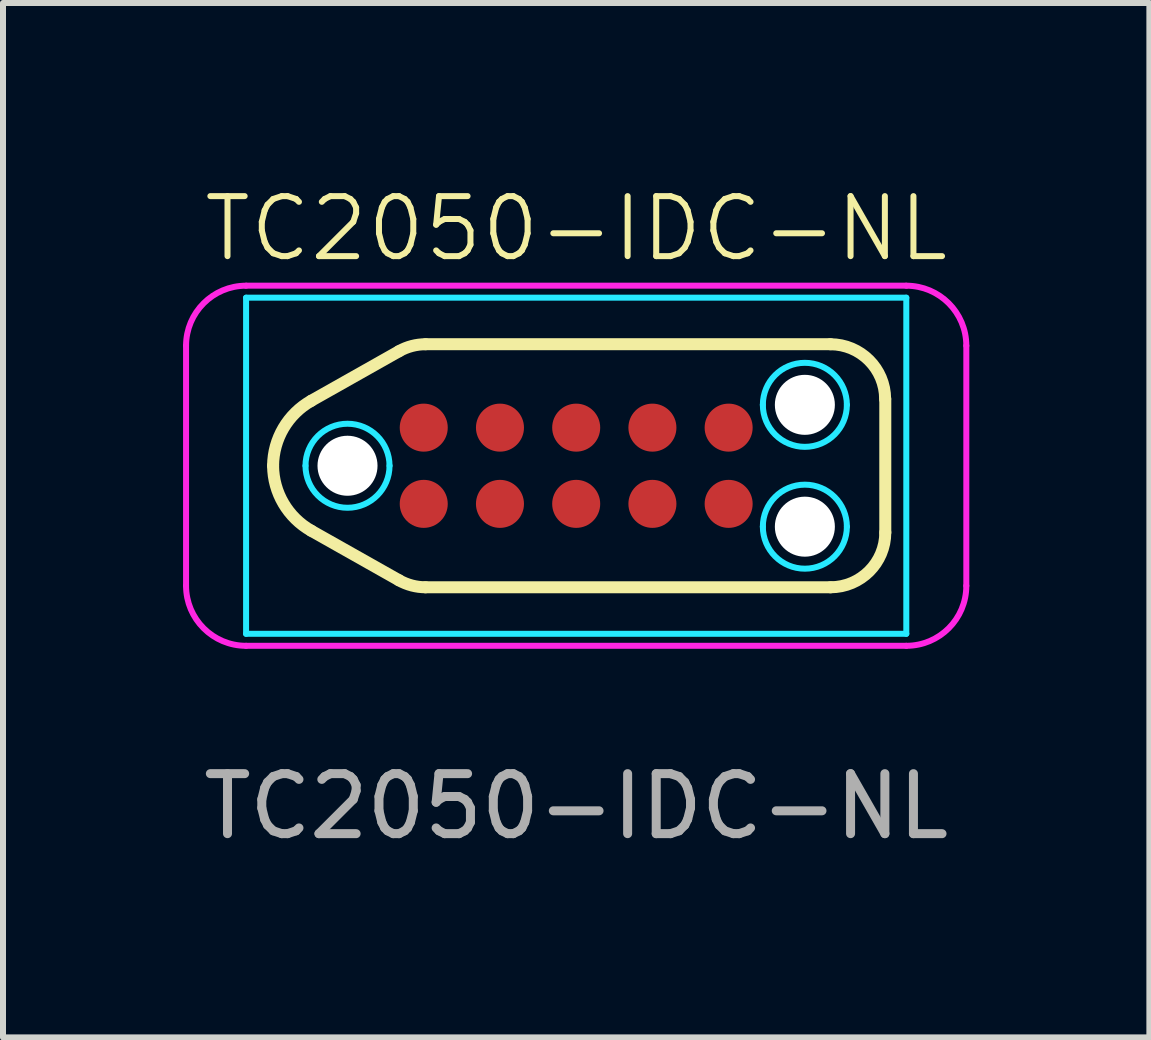
<source format=kicad_pcb>
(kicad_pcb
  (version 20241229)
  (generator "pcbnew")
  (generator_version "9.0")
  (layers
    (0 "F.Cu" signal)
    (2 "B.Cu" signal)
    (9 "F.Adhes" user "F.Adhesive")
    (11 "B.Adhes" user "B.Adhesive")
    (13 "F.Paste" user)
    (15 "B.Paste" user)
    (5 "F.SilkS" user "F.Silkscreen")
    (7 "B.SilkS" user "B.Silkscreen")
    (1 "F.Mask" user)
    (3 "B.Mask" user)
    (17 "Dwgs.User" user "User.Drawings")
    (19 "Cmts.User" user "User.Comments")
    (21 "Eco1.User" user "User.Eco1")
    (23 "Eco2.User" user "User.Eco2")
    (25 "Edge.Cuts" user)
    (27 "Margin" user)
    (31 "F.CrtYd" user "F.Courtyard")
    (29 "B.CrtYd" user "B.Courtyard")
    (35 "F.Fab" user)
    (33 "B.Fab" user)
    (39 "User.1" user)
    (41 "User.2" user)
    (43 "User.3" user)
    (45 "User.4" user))
  (footprint "TC2050-IDC-NL"
    (layer "F.Cu")
    (at 6.55 4.71)
    (property "Reference" "TC2050-IDC-NL" (at 0 -3.95 0) (unlocked yes) (layer "F.SilkS") (effects (font (size 1 1) (thickness 0.1))))
    (attr smd)
    (fp_line (start -4.414 -1.083) (end -2.952 -1.908) (stroke (width 0.2) (type solid)) (layer "F.SilkS"))
    (fp_line (start -4.414 1.083) (end -2.952 1.908) (stroke (width 0.2) (type solid)) (layer "F.SilkS"))
    (fp_line (start -2.51 -2.025) (end 4.237 -2.025) (stroke (width 0.2) (type solid)) (layer "F.SilkS"))
    (fp_line (start -2.51 2.025) (end 4.237 2.025) (stroke (width 0.2) (type solid)) (layer "F.SilkS"))
    (fp_line (start 5.15 1.112) (end 5.15 -1.112) (stroke (width 0.2) (type solid)) (layer "F.SilkS"))
    (fp_arc (start -5.05 0.000003) (mid -4.877336 -0.626876) (end -4.413624 -1.082685) (stroke (width 0.2) (type solid)) (layer "F.SilkS"))
    (fp_arc (start -4.413624 1.082688) (mid -4.877336 0.626879) (end -5.05 0) (stroke (width 0.2) (type solid)) (layer "F.SilkS"))
    (fp_arc (start -2.952232 -1.908187) (mid -2.738496 -1.994958) (end -2.509721 -2.024529) (stroke (width 0.2) (type solid)) (layer "F.SilkS"))
    (fp_arc (start -2.509721 2.02453) (mid -2.738496 1.994959) (end -2.952232 1.908188) (stroke (width 0.2) (type solid)) (layer "F.SilkS"))
    (fp_arc (start 4.23452 -2.024527) (mid 4.88 -1.757158) (end 5.147371 -1.111676) (stroke (width 0.2) (type solid)) (layer "F.SilkS"))
    (fp_arc (start 5.15 1.11168) (mid 4.882633 1.757168) (end 4.237149 2.02453) (stroke (width 0.2) (type solid)) (layer "F.SilkS"))
    (fp_line (start -5.5 -2.8) (end 5.5 -2.8) (stroke (width 0.1) (type solid)) (layer "B.CrtYd"))
    (fp_line (start -5.5 2.8) (end -5.5 -2.8) (stroke (width 0.1) (type solid)) (layer "B.CrtYd"))
    (fp_line (start -5.5 2.8) (end 5.5 2.8) (stroke (width 0.1) (type solid)) (layer "B.CrtYd"))
    (fp_line (start 5.5 2.8) (end 5.5 -2.8) (stroke (width 0.1) (type solid)) (layer "B.CrtYd"))
    (fp_arc (start -4.510002 0) (mid -3.810001 -0.700001) (end -3.11 0) (stroke (width 0.1) (type solid)) (layer "B.CrtYd"))
    (fp_arc (start -3.11 0) (mid -3.810001 0.700001) (end -4.510002 0) (stroke (width 0.1) (type solid)) (layer "B.CrtYd"))
    (fp_arc (start 3.109998 -1.014999) (mid 3.809999 -1.715) (end 4.51 -1.014999) (stroke (width 0.1) (type solid)) (layer "B.CrtYd"))
    (fp_arc (start 3.109998 1.014999) (mid 3.809999 0.314998) (end 4.51 1.014999) (stroke (width 0.1) (type solid)) (layer "B.CrtYd"))
    (fp_arc (start 4.51 -1.014999) (mid 3.809999 -0.314998) (end 3.109998 -1.014999) (stroke (width 0.1) (type solid)) (layer "B.CrtYd"))
    (fp_arc (start 4.51 1.014999) (mid 3.809999 1.715) (end 3.109998 1.014999) (stroke (width 0.1) (type solid)) (layer "B.CrtYd"))
    (fp_line (start -6.5 2) (end -6.5 -2) (stroke (width 0.1) (type solid)) (layer "F.CrtYd"))
    (fp_line (start -5.5 -3) (end 5.5 -3) (stroke (width 0.1) (type solid)) (layer "F.CrtYd"))
    (fp_line (start -5.5 3) (end 5.5 3) (stroke (width 0.1) (type solid)) (layer "F.CrtYd"))
    (fp_line (start 6.5 2) (end 6.5 -2) (stroke (width 0.1) (type solid)) (layer "F.CrtYd"))
    (fp_arc (start -6.5 -2) (mid -6.207106 -2.707107) (end -5.499999 -3) (stroke (width 0.1) (type solid)) (layer "F.CrtYd"))
    (fp_arc (start -5.499999 3.000001) (mid -6.207106 2.707107) (end -6.5 2) (stroke (width 0.1) (type solid)) (layer "F.CrtYd"))
    (fp_arc (start 5.499999 -3) (mid 6.207106 -2.707107) (end 6.5 -2) (stroke (width 0.1) (type solid)) (layer "F.CrtYd"))
    (fp_arc (start 6.5 2) (mid 6.207106 2.707106) (end 5.499999 3.000001) (stroke (width 0.1) (type solid)) (layer "F.CrtYd"))
    (fp_text user "${REFERENCE}" (at 0 5.675 0) (unlocked yes) (layer "F.Fab") (effects (font (size 1 1) (thickness 0.15))))
    (pad "" np_thru_hole circle (at -3.81 0) (size 1 1) (drill 1) (layers "*.Cu" "*.Mask"))
    (pad "" np_thru_hole circle (at 3.81 -1.015) (size 1 1) (drill 1) (layers "*.Cu" "*.Mask"))
    (pad "" np_thru_hole circle (at 3.81 1.015) (size 1 1) (drill 1) (layers "*.Cu" "*.Mask"))
    (pad "1" smd circle (at -2.54 0.635) (size 0.8 0.8) (layers "F.Cu" "F.Mask"))
    (pad "2" smd circle (at -1.27 0.635) (size 0.8 0.8) (layers "F.Cu" "F.Mask"))
    (pad "3" smd circle (at 0 0.635) (size 0.8 0.8) (layers "F.Cu" "F.Mask"))
    (pad "4" smd circle (at 1.27 0.635) (size 0.8 0.8) (layers "F.Cu" "F.Mask"))
    (pad "5" smd circle (at 2.54 0.635) (size 0.8 0.8) (layers "F.Cu" "F.Mask"))
    (pad "6" smd circle (at 2.54 -0.635) (size 0.8 0.8) (layers "F.Cu" "F.Mask"))
    (pad "7" smd circle (at 1.27 -0.635) (size 0.8 0.8) (layers "F.Cu" "F.Mask"))
    (pad "8" smd circle (at 0 -0.635) (size 0.8 0.8) (layers "F.Cu" "F.Mask"))
    (pad "9" smd circle (at -1.27 -0.635) (size 0.8 0.8) (layers "F.Cu" "F.Mask"))
    (pad "10" smd circle (at -2.54 -0.635) (size 0.8 0.8) (layers "F.Cu" "F.Mask")))
  (gr_rect
    (start -3 -3)
    (end 16.1 14.234)
    (stroke (width 0.1) (type default))
    (fill no)
    (layer "Edge.Cuts")))
</source>
